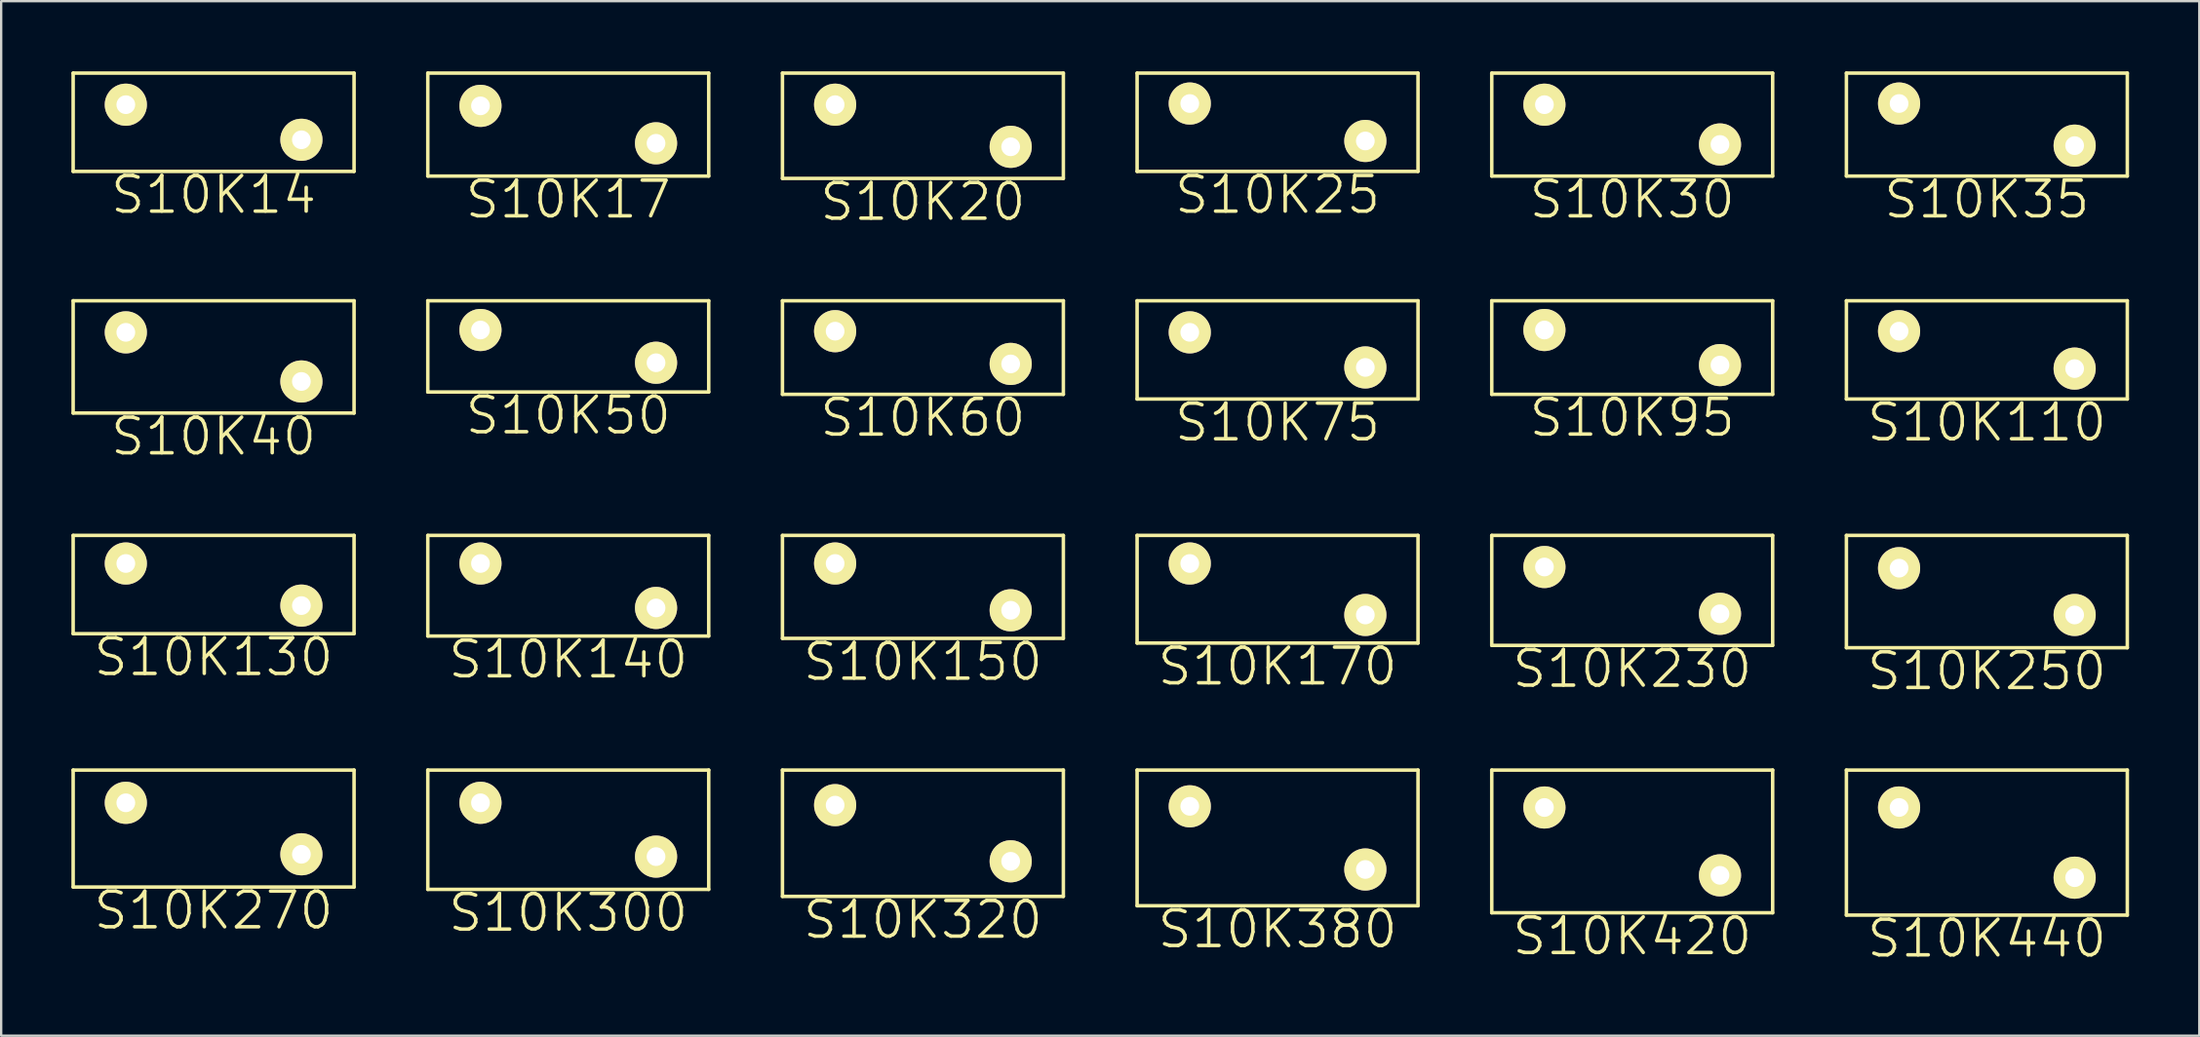
<source format=kicad_pcb>
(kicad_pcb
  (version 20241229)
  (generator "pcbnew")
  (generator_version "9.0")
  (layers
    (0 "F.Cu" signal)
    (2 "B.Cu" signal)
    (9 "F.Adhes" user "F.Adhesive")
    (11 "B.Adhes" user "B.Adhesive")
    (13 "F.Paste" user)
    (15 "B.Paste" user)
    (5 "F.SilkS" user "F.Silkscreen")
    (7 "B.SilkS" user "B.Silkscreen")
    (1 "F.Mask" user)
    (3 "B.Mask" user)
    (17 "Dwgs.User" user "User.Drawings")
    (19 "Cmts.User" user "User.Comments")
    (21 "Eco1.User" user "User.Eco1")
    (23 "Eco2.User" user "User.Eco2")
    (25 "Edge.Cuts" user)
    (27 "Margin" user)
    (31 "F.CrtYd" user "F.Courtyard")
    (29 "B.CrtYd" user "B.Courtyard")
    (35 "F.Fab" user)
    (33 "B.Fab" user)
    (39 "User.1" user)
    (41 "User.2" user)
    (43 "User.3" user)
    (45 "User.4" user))
  (footprint "S10K270"
    (layer "F.Cu")
    (at 2.325 31.264)
    (property "Reference" "S10K270" (at 3.75 4.6 0) (layer "F.SilkS") (effects (font (size 1.524 1.524) (thickness 0.15))))
    (attr through_hole)
    (fp_line (start -2.25 -1.4) (end -2.25 3.6) (stroke (width 0.15) (type solid)) (layer "F.SilkS"))
    (fp_line (start -2.25 -1.4) (end 9.75 -1.4) (stroke (width 0.15) (type solid)) (layer "F.SilkS"))
    (fp_line (start -2.25 3.6) (end 9.75 3.6) (stroke (width 0.15) (type solid)) (layer "F.SilkS"))
    (fp_line (start 9.75 -1.4) (end 9.75 3.6) (stroke (width 0.15) (type solid)) (layer "F.SilkS"))
    (pad "1" thru_hole circle (at 0 0) (size 1.8 1.8) (drill 0.8) (layers "*.Cu" "*.Mask" "F.SilkS"))
    (pad "2" thru_hole circle (at 7.5 2.2) (size 1.8 1.8) (drill 0.8) (layers "*.Cu" "*.Mask" "F.SilkS")))
  (footprint "S10K17"
    (layer "F.Cu")
    (at 17.475 1.475)
    (property "Reference" "S10K17" (at 3.75 4 0) (layer "F.SilkS") (effects (font (size 1.524 1.524) (thickness 0.15))))
    (attr through_hole)
    (fp_line (start -2.25 -1.4) (end -2.25 3) (stroke (width 0.15) (type solid)) (layer "F.SilkS"))
    (fp_line (start -2.25 -1.4) (end 9.75 -1.4) (stroke (width 0.15) (type solid)) (layer "F.SilkS"))
    (fp_line (start -2.25 3) (end 9.75 3) (stroke (width 0.15) (type solid)) (layer "F.SilkS"))
    (fp_line (start 9.75 -1.4) (end 9.75 3) (stroke (width 0.15) (type solid)) (layer "F.SilkS"))
    (pad "1" thru_hole circle (at 0 0) (size 1.8 1.8) (drill 0.8) (layers "*.Cu" "*.Mask" "F.SilkS"))
    (pad "2" thru_hole circle (at 7.5 1.6) (size 1.8 1.8) (drill 0.8) (layers "*.Cu" "*.Mask" "F.SilkS")))
  (footprint "S10K110"
    (layer "F.Cu")
    (at 78.075 11.105)
    (property "Reference" "S10K110" (at 3.75 3.9 0) (layer "F.SilkS") (effects (font (size 1.524 1.524) (thickness 0.15))))
    (attr through_hole)
    (fp_line (start -2.25 -1.3) (end -2.25 2.9) (stroke (width 0.15) (type solid)) (layer "F.SilkS"))
    (fp_line (start -2.25 -1.3) (end 9.75 -1.3) (stroke (width 0.15) (type solid)) (layer "F.SilkS"))
    (fp_line (start -2.25 2.9) (end 9.75 2.9) (stroke (width 0.15) (type solid)) (layer "F.SilkS"))
    (fp_line (start 9.75 -1.3) (end 9.75 2.9) (stroke (width 0.15) (type solid)) (layer "F.SilkS"))
    (pad "1" thru_hole circle (at 0 0) (size 1.8 1.8) (drill 0.8) (layers "*.Cu" "*.Mask" "F.SilkS"))
    (pad "2" thru_hole circle (at 7.5 1.6) (size 1.8 1.8) (drill 0.8) (layers "*.Cu" "*.Mask" "F.SilkS")))
  (footprint "S10K380"
    (layer "F.Cu")
    (at 47.775 31.414)
    (property "Reference" "S10K380" (at 3.75 5.25 0) (layer "F.SilkS") (effects (font (size 1.524 1.524) (thickness 0.15))))
    (attr through_hole)
    (fp_line (start -2.25 -1.55) (end -2.25 4.25) (stroke (width 0.15) (type solid)) (layer "F.SilkS"))
    (fp_line (start -2.25 -1.55) (end 9.75 -1.55) (stroke (width 0.15) (type solid)) (layer "F.SilkS"))
    (fp_line (start -2.25 4.25) (end 9.75 4.25) (stroke (width 0.15) (type solid)) (layer "F.SilkS"))
    (fp_line (start 9.75 -1.55) (end 9.75 4.25) (stroke (width 0.15) (type solid)) (layer "F.SilkS"))
    (pad "1" thru_hole circle (at 0 0) (size 1.8 1.8) (drill 0.8) (layers "*.Cu" "*.Mask" "F.SilkS"))
    (pad "2" thru_hole circle (at 7.5 2.7) (size 1.8 1.8) (drill 0.8) (layers "*.Cu" "*.Mask" "F.SilkS")))
  (footprint "S10K30"
    (layer "F.Cu")
    (at 62.925 1.425)
    (property "Reference" "S10K30" (at 3.75 4.05 0) (layer "F.SilkS") (effects (font (size 1.524 1.524) (thickness 0.15))))
    (attr through_hole)
    (fp_line (start -2.25 -1.35) (end -2.25 3.05) (stroke (width 0.15) (type solid)) (layer "F.SilkS"))
    (fp_line (start -2.25 -1.35) (end 9.75 -1.35) (stroke (width 0.15) (type solid)) (layer "F.SilkS"))
    (fp_line (start -2.25 3.05) (end 9.75 3.05) (stroke (width 0.15) (type solid)) (layer "F.SilkS"))
    (fp_line (start 9.75 -1.35) (end 9.75 3.05) (stroke (width 0.15) (type solid)) (layer "F.SilkS"))
    (pad "1" thru_hole circle (at 0 0) (size 1.8 1.8) (drill 0.8) (layers "*.Cu" "*.Mask" "F.SilkS"))
    (pad "2" thru_hole circle (at 7.5 1.7) (size 1.8 1.8) (drill 0.8) (layers "*.Cu" "*.Mask" "F.SilkS")))
  (footprint "S10K60"
    (layer "F.Cu")
    (at 32.625 11.105)
    (property "Reference" "S10K60" (at 3.75 3.7 0) (layer "F.SilkS") (effects (font (size 1.524 1.524) (thickness 0.15))))
    (attr through_hole)
    (fp_line (start -2.25 -1.3) (end -2.25 2.7) (stroke (width 0.15) (type solid)) (layer "F.SilkS"))
    (fp_line (start -2.25 -1.3) (end 9.75 -1.3) (stroke (width 0.15) (type solid)) (layer "F.SilkS"))
    (fp_line (start -2.25 2.7) (end 9.75 2.7) (stroke (width 0.15) (type solid)) (layer "F.SilkS"))
    (fp_line (start 9.75 -1.3) (end 9.75 2.7) (stroke (width 0.15) (type solid)) (layer "F.SilkS"))
    (pad "1" thru_hole circle (at 0 0) (size 1.8 1.8) (drill 0.8) (layers "*.Cu" "*.Mask" "F.SilkS"))
    (pad "2" thru_hole circle (at 7.5 1.4) (size 1.8 1.8) (drill 0.8) (layers "*.Cu" "*.Mask" "F.SilkS")))
  (footprint "S10K20"
    (layer "F.Cu")
    (at 32.625 1.425)
    (property "Reference" "S10K20" (at 3.75 4.15 0) (layer "F.SilkS") (effects (font (size 1.524 1.524) (thickness 0.15))))
    (attr through_hole)
    (fp_line (start -2.25 -1.35) (end -2.25 3.15) (stroke (width 0.15) (type solid)) (layer "F.SilkS"))
    (fp_line (start -2.25 -1.35) (end 9.75 -1.35) (stroke (width 0.15) (type solid)) (layer "F.SilkS"))
    (fp_line (start -2.25 3.15) (end 9.75 3.15) (stroke (width 0.15) (type solid)) (layer "F.SilkS"))
    (fp_line (start 9.75 -1.35) (end 9.75 3.15) (stroke (width 0.15) (type solid)) (layer "F.SilkS"))
    (pad "1" thru_hole circle (at 0 0) (size 1.8 1.8) (drill 0.8) (layers "*.Cu" "*.Mask" "F.SilkS"))
    (pad "2" thru_hole circle (at 7.5 1.8) (size 1.8 1.8) (drill 0.8) (layers "*.Cu" "*.Mask" "F.SilkS")))
  (footprint "S10K440"
    (layer "F.Cu")
    (at 78.075 31.464)
    (property "Reference" "S10K440" (at 3.75 5.6 0) (layer "F.SilkS") (effects (font (size 1.524 1.524) (thickness 0.15))))
    (attr through_hole)
    (fp_line (start -2.25 -1.6) (end -2.25 4.6) (stroke (width 0.15) (type solid)) (layer "F.SilkS"))
    (fp_line (start -2.25 -1.6) (end 9.75 -1.6) (stroke (width 0.15) (type solid)) (layer "F.SilkS"))
    (fp_line (start -2.25 4.6) (end 9.75 4.6) (stroke (width 0.15) (type solid)) (layer "F.SilkS"))
    (fp_line (start 9.75 -1.6) (end 9.75 4.6) (stroke (width 0.15) (type solid)) (layer "F.SilkS"))
    (pad "1" thru_hole circle (at 0 0) (size 1.8 1.8) (drill 0.8) (layers "*.Cu" "*.Mask" "F.SilkS"))
    (pad "2" thru_hole circle (at 7.5 3) (size 1.8 1.8) (drill 0.8) (layers "*.Cu" "*.Mask" "F.SilkS")))
  (footprint "S10K50"
    (layer "F.Cu")
    (at 17.475 11.055)
    (property "Reference" "S10K50" (at 3.75 3.65 0) (layer "F.SilkS") (effects (font (size 1.524 1.524) (thickness 0.15))))
    (attr through_hole)
    (fp_line (start -2.25 -1.25) (end -2.25 2.65) (stroke (width 0.15) (type solid)) (layer "F.SilkS"))
    (fp_line (start -2.25 -1.25) (end 9.75 -1.25) (stroke (width 0.15) (type solid)) (layer "F.SilkS"))
    (fp_line (start -2.25 2.65) (end 9.75 2.65) (stroke (width 0.15) (type solid)) (layer "F.SilkS"))
    (fp_line (start 9.75 -1.25) (end 9.75 2.65) (stroke (width 0.15) (type solid)) (layer "F.SilkS"))
    (pad "1" thru_hole circle (at 0 0) (size 1.8 1.8) (drill 0.8) (layers "*.Cu" "*.Mask" "F.SilkS"))
    (pad "2" thru_hole circle (at 7.5 1.4) (size 1.8 1.8) (drill 0.8) (layers "*.Cu" "*.Mask" "F.SilkS")))
  (footprint "S10K35"
    (layer "F.Cu")
    (at 78.075 1.375)
    (property "Reference" "S10K35" (at 3.75 4.1 0) (layer "F.SilkS") (effects (font (size 1.524 1.524) (thickness 0.15))))
    (attr through_hole)
    (fp_line (start -2.25 -1.3) (end -2.25 3.1) (stroke (width 0.15) (type solid)) (layer "F.SilkS"))
    (fp_line (start -2.25 -1.3) (end 9.75 -1.3) (stroke (width 0.15) (type solid)) (layer "F.SilkS"))
    (fp_line (start -2.25 3.1) (end 9.75 3.1) (stroke (width 0.15) (type solid)) (layer "F.SilkS"))
    (fp_line (start 9.75 -1.3) (end 9.75 3.1) (stroke (width 0.15) (type solid)) (layer "F.SilkS"))
    (pad "1" thru_hole circle (at 0 0) (size 1.8 1.8) (drill 0.8) (layers "*.Cu" "*.Mask" "F.SilkS"))
    (pad "2" thru_hole circle (at 7.5 1.8) (size 1.8 1.8) (drill 0.8) (layers "*.Cu" "*.Mask" "F.SilkS")))
  (footprint "S10K130"
    (layer "F.Cu")
    (at 2.325 21.035)
    (property "Reference" "S10K130" (at 3.75 4 0) (layer "F.SilkS") (effects (font (size 1.524 1.524) (thickness 0.15))))
    (attr through_hole)
    (fp_line (start -2.25 -1.2) (end -2.25 3) (stroke (width 0.15) (type solid)) (layer "F.SilkS"))
    (fp_line (start -2.25 -1.2) (end 9.75 -1.2) (stroke (width 0.15) (type solid)) (layer "F.SilkS"))
    (fp_line (start -2.25 3) (end 9.75 3) (stroke (width 0.15) (type solid)) (layer "F.SilkS"))
    (fp_line (start 9.75 -1.2) (end 9.75 3) (stroke (width 0.15) (type solid)) (layer "F.SilkS"))
    (pad "1" thru_hole circle (at 0 0) (size 1.8 1.8) (drill 0.8) (layers "*.Cu" "*.Mask" "F.SilkS"))
    (pad "2" thru_hole circle (at 7.5 1.8) (size 1.8 1.8) (drill 0.8) (layers "*.Cu" "*.Mask" "F.SilkS")))
  (footprint "S10K95"
    (layer "F.Cu")
    (at 62.925 11.055)
    (property "Reference" "S10K95" (at 3.75 3.75 0) (layer "F.SilkS") (effects (font (size 1.524 1.524) (thickness 0.15))))
    (attr through_hole)
    (fp_line (start -2.25 -1.25) (end -2.25 2.75) (stroke (width 0.15) (type solid)) (layer "F.SilkS"))
    (fp_line (start -2.25 -1.25) (end 9.75 -1.25) (stroke (width 0.15) (type solid)) (layer "F.SilkS"))
    (fp_line (start -2.25 2.75) (end 9.75 2.75) (stroke (width 0.15) (type solid)) (layer "F.SilkS"))
    (fp_line (start 9.75 -1.25) (end 9.75 2.75) (stroke (width 0.15) (type solid)) (layer "F.SilkS"))
    (pad "1" thru_hole circle (at 0 0) (size 1.8 1.8) (drill 0.8) (layers "*.Cu" "*.Mask" "F.SilkS"))
    (pad "2" thru_hole circle (at 7.5 1.5) (size 1.8 1.8) (drill 0.8) (layers "*.Cu" "*.Mask" "F.SilkS")))
  (footprint "S10K420"
    (layer "F.Cu")
    (at 62.925 31.464)
    (property "Reference" "S10K420" (at 3.75 5.5 0) (layer "F.SilkS") (effects (font (size 1.524 1.524) (thickness 0.15))))
    (attr through_hole)
    (fp_line (start -2.25 -1.6) (end -2.25 4.5) (stroke (width 0.15) (type solid)) (layer "F.SilkS"))
    (fp_line (start -2.25 -1.6) (end 9.75 -1.6) (stroke (width 0.15) (type solid)) (layer "F.SilkS"))
    (fp_line (start -2.25 4.5) (end 9.75 4.5) (stroke (width 0.15) (type solid)) (layer "F.SilkS"))
    (fp_line (start 9.75 -1.6) (end 9.75 4.5) (stroke (width 0.15) (type solid)) (layer "F.SilkS"))
    (pad "1" thru_hole circle (at 0 0) (size 1.8 1.8) (drill 0.8) (layers "*.Cu" "*.Mask" "F.SilkS"))
    (pad "2" thru_hole circle (at 7.5 2.9) (size 1.8 1.8) (drill 0.8) (layers "*.Cu" "*.Mask" "F.SilkS")))
  (footprint "S10K150"
    (layer "F.Cu")
    (at 32.625 21.035)
    (property "Reference" "S10K150" (at 3.75 4.2 0) (layer "F.SilkS") (effects (font (size 1.524 1.524) (thickness 0.15))))
    (attr through_hole)
    (fp_line (start -2.25 -1.2) (end -2.25 3.2) (stroke (width 0.15) (type solid)) (layer "F.SilkS"))
    (fp_line (start -2.25 -1.2) (end 9.75 -1.2) (stroke (width 0.15) (type solid)) (layer "F.SilkS"))
    (fp_line (start -2.25 3.2) (end 9.75 3.2) (stroke (width 0.15) (type solid)) (layer "F.SilkS"))
    (fp_line (start 9.75 -1.2) (end 9.75 3.2) (stroke (width 0.15) (type solid)) (layer "F.SilkS"))
    (pad "1" thru_hole circle (at 0 0) (size 1.8 1.8) (drill 0.8) (layers "*.Cu" "*.Mask" "F.SilkS"))
    (pad "2" thru_hole circle (at 7.5 2) (size 1.8 1.8) (drill 0.8) (layers "*.Cu" "*.Mask" "F.SilkS")))
  (footprint "S10K140"
    (layer "F.Cu")
    (at 17.475 21.035)
    (property "Reference" "S10K140" (at 3.75 4.1 0) (layer "F.SilkS") (effects (font (size 1.524 1.524) (thickness 0.15))))
    (attr through_hole)
    (fp_line (start -2.25 -1.2) (end -2.25 3.1) (stroke (width 0.15) (type solid)) (layer "F.SilkS"))
    (fp_line (start -2.25 -1.2) (end 9.75 -1.2) (stroke (width 0.15) (type solid)) (layer "F.SilkS"))
    (fp_line (start -2.25 3.1) (end 9.75 3.1) (stroke (width 0.15) (type solid)) (layer "F.SilkS"))
    (fp_line (start 9.75 -1.2) (end 9.75 3.1) (stroke (width 0.15) (type solid)) (layer "F.SilkS"))
    (pad "1" thru_hole circle (at 0 0) (size 1.8 1.8) (drill 0.8) (layers "*.Cu" "*.Mask" "F.SilkS"))
    (pad "2" thru_hole circle (at 7.5 1.9) (size 1.8 1.8) (drill 0.8) (layers "*.Cu" "*.Mask" "F.SilkS")))
  (footprint "S10K14"
    (layer "F.Cu")
    (at 2.325 1.425)
    (property "Reference" "S10K14" (at 3.75 3.85 0) (layer "F.SilkS") (effects (font (size 1.524 1.524) (thickness 0.15))))
    (attr through_hole)
    (fp_line (start -2.25 -1.35) (end -2.25 2.85) (stroke (width 0.15) (type solid)) (layer "F.SilkS"))
    (fp_line (start -2.25 -1.35) (end 9.75 -1.35) (stroke (width 0.15) (type solid)) (layer "F.SilkS"))
    (fp_line (start -2.25 2.85) (end 9.75 2.85) (stroke (width 0.15) (type solid)) (layer "F.SilkS"))
    (fp_line (start 9.75 -1.35) (end 9.75 2.85) (stroke (width 0.15) (type solid)) (layer "F.SilkS"))
    (pad "1" thru_hole circle (at 0 0) (size 1.8 1.8) (drill 0.8) (layers "*.Cu" "*.Mask" "F.SilkS"))
    (pad "2" thru_hole circle (at 7.5 1.5) (size 1.8 1.8) (drill 0.8) (layers "*.Cu" "*.Mask" "F.SilkS")))
  (footprint "S10K25"
    (layer "F.Cu")
    (at 47.775 1.375)
    (property "Reference" "S10K25" (at 3.75 3.9 0) (layer "F.SilkS") (effects (font (size 1.524 1.524) (thickness 0.15))))
    (attr through_hole)
    (fp_line (start -2.25 -1.3) (end -2.25 2.9) (stroke (width 0.15) (type solid)) (layer "F.SilkS"))
    (fp_line (start -2.25 -1.3) (end 9.75 -1.3) (stroke (width 0.15) (type solid)) (layer "F.SilkS"))
    (fp_line (start -2.25 2.9) (end 9.75 2.9) (stroke (width 0.15) (type solid)) (layer "F.SilkS"))
    (fp_line (start 9.75 -1.3) (end 9.75 2.9) (stroke (width 0.15) (type solid)) (layer "F.SilkS"))
    (pad "1" thru_hole circle (at 0 0) (size 1.8 1.8) (drill 0.8) (layers "*.Cu" "*.Mask" "F.SilkS"))
    (pad "2" thru_hole circle (at 7.5 1.6) (size 1.8 1.8) (drill 0.8) (layers "*.Cu" "*.Mask" "F.SilkS")))
  (footprint "S10K320"
    (layer "F.Cu")
    (at 32.625 31.364)
    (property "Reference" "S10K320" (at 3.75 4.9 0) (layer "F.SilkS") (effects (font (size 1.524 1.524) (thickness 0.15))))
    (attr through_hole)
    (fp_line (start -2.25 -1.5) (end -2.25 3.9) (stroke (width 0.15) (type solid)) (layer "F.SilkS"))
    (fp_line (start -2.25 -1.5) (end 9.75 -1.5) (stroke (width 0.15) (type solid)) (layer "F.SilkS"))
    (fp_line (start -2.25 3.9) (end 9.75 3.9) (stroke (width 0.15) (type solid)) (layer "F.SilkS"))
    (fp_line (start 9.75 -1.5) (end 9.75 3.9) (stroke (width 0.15) (type solid)) (layer "F.SilkS"))
    (pad "1" thru_hole circle (at 0 0) (size 1.8 1.8) (drill 0.8) (layers "*.Cu" "*.Mask" "F.SilkS"))
    (pad "2" thru_hole circle (at 7.5 2.4) (size 1.8 1.8) (drill 0.8) (layers "*.Cu" "*.Mask" "F.SilkS")))
  (footprint "S10K170"
    (layer "F.Cu")
    (at 47.775 21.035)
    (property "Reference" "S10K170" (at 3.75 4.4 0) (layer "F.SilkS") (effects (font (size 1.524 1.524) (thickness 0.15))))
    (attr through_hole)
    (fp_line (start -2.25 -1.2) (end -2.25 3.4) (stroke (width 0.15) (type solid)) (layer "F.SilkS"))
    (fp_line (start -2.25 -1.2) (end 9.75 -1.2) (stroke (width 0.15) (type solid)) (layer "F.SilkS"))
    (fp_line (start -2.25 3.4) (end 9.75 3.4) (stroke (width 0.15) (type solid)) (layer "F.SilkS"))
    (fp_line (start 9.75 -1.2) (end 9.75 3.4) (stroke (width 0.15) (type solid)) (layer "F.SilkS"))
    (pad "1" thru_hole circle (at 0 0) (size 1.8 1.8) (drill 0.8) (layers "*.Cu" "*.Mask" "F.SilkS"))
    (pad "2" thru_hole circle (at 7.5 2.2) (size 1.8 1.8) (drill 0.8) (layers "*.Cu" "*.Mask" "F.SilkS")))
  (footprint "S10K250"
    (layer "F.Cu")
    (at 78.075 21.235)
    (property "Reference" "S10K250" (at 3.75 4.4 0) (layer "F.SilkS") (effects (font (size 1.524 1.524) (thickness 0.15))))
    (attr through_hole)
    (fp_line (start -2.25 -1.4) (end -2.25 3.4) (stroke (width 0.15) (type solid)) (layer "F.SilkS"))
    (fp_line (start -2.25 -1.4) (end 9.75 -1.4) (stroke (width 0.15) (type solid)) (layer "F.SilkS"))
    (fp_line (start -2.25 3.4) (end 9.75 3.4) (stroke (width 0.15) (type solid)) (layer "F.SilkS"))
    (fp_line (start 9.75 -1.4) (end 9.75 3.4) (stroke (width 0.15) (type solid)) (layer "F.SilkS"))
    (pad "1" thru_hole circle (at 0 0) (size 1.8 1.8) (drill 0.8) (layers "*.Cu" "*.Mask" "F.SilkS"))
    (pad "2" thru_hole circle (at 7.5 2) (size 1.8 1.8) (drill 0.8) (layers "*.Cu" "*.Mask" "F.SilkS")))
  (footprint "S10K75"
    (layer "F.Cu")
    (at 47.775 11.155)
    (property "Reference" "S10K75" (at 3.75 3.85 0) (layer "F.SilkS") (effects (font (size 1.524 1.524) (thickness 0.15))))
    (attr through_hole)
    (fp_line (start -2.25 -1.35) (end -2.25 2.85) (stroke (width 0.15) (type solid)) (layer "F.SilkS"))
    (fp_line (start -2.25 -1.35) (end 9.75 -1.35) (stroke (width 0.15) (type solid)) (layer "F.SilkS"))
    (fp_line (start -2.25 2.85) (end 9.75 2.85) (stroke (width 0.15) (type solid)) (layer "F.SilkS"))
    (fp_line (start 9.75 -1.35) (end 9.75 2.85) (stroke (width 0.15) (type solid)) (layer "F.SilkS"))
    (pad "1" thru_hole circle (at 0 0) (size 1.8 1.8) (drill 0.8) (layers "*.Cu" "*.Mask" "F.SilkS"))
    (pad "2" thru_hole circle (at 7.5 1.5) (size 1.8 1.8) (drill 0.8) (layers "*.Cu" "*.Mask" "F.SilkS")))
  (footprint "S10K40"
    (layer "F.Cu")
    (at 2.325 11.155)
    (property "Reference" "S10K40" (at 3.75 4.45 0) (layer "F.SilkS") (effects (font (size 1.524 1.524) (thickness 0.15))))
    (attr through_hole)
    (fp_line (start -2.25 -1.35) (end -2.25 3.45) (stroke (width 0.15) (type solid)) (layer "F.SilkS"))
    (fp_line (start -2.25 -1.35) (end 9.75 -1.35) (stroke (width 0.15) (type solid)) (layer "F.SilkS"))
    (fp_line (start -2.25 3.45) (end 9.75 3.45) (stroke (width 0.15) (type solid)) (layer "F.SilkS"))
    (fp_line (start 9.75 -1.35) (end 9.75 3.45) (stroke (width 0.15) (type solid)) (layer "F.SilkS"))
    (pad "1" thru_hole circle (at 0 0) (size 1.8 1.8) (drill 0.8) (layers "*.Cu" "*.Mask" "F.SilkS"))
    (pad "2" thru_hole circle (at 7.5 2.1) (size 1.8 1.8) (drill 0.8) (layers "*.Cu" "*.Mask" "F.SilkS")))
  (footprint "S10K230"
    (layer "F.Cu")
    (at 62.925 21.185)
    (property "Reference" "S10K230" (at 3.75 4.35 0) (layer "F.SilkS") (effects (font (size 1.524 1.524) (thickness 0.15))))
    (attr through_hole)
    (fp_line (start -2.25 -1.35) (end -2.25 3.35) (stroke (width 0.15) (type solid)) (layer "F.SilkS"))
    (fp_line (start -2.25 -1.35) (end 9.75 -1.35) (stroke (width 0.15) (type solid)) (layer "F.SilkS"))
    (fp_line (start -2.25 3.35) (end 9.75 3.35) (stroke (width 0.15) (type solid)) (layer "F.SilkS"))
    (fp_line (start 9.75 -1.35) (end 9.75 3.35) (stroke (width 0.15) (type solid)) (layer "F.SilkS"))
    (pad "1" thru_hole circle (at 0 0) (size 1.8 1.8) (drill 0.8) (layers "*.Cu" "*.Mask" "F.SilkS"))
    (pad "2" thru_hole circle (at 7.5 2) (size 1.8 1.8) (drill 0.8) (layers "*.Cu" "*.Mask" "F.SilkS")))
  (footprint "S10K300"
    (layer "F.Cu")
    (at 17.475 31.264)
    (property "Reference" "S10K300" (at 3.75 4.7 0) (layer "F.SilkS") (effects (font (size 1.524 1.524) (thickness 0.15))))
    (attr through_hole)
    (fp_line (start -2.25 -1.4) (end -2.25 3.7) (stroke (width 0.15) (type solid)) (layer "F.SilkS"))
    (fp_line (start -2.25 -1.4) (end 9.75 -1.4) (stroke (width 0.15) (type solid)) (layer "F.SilkS"))
    (fp_line (start -2.25 3.7) (end 9.75 3.7) (stroke (width 0.15) (type solid)) (layer "F.SilkS"))
    (fp_line (start 9.75 -1.4) (end 9.75 3.7) (stroke (width 0.15) (type solid)) (layer "F.SilkS"))
    (pad "1" thru_hole circle (at 0 0) (size 1.8 1.8) (drill 0.8) (layers "*.Cu" "*.Mask" "F.SilkS"))
    (pad "2" thru_hole circle (at 7.5 2.3) (size 1.8 1.8) (drill 0.8) (layers "*.Cu" "*.Mask" "F.SilkS")))
  (gr_rect
    (start -3 -3)
    (end 90.9 41.219)
    (stroke (width 0.1) (type default))
    (fill no)
    (layer "Edge.Cuts")))
</source>
